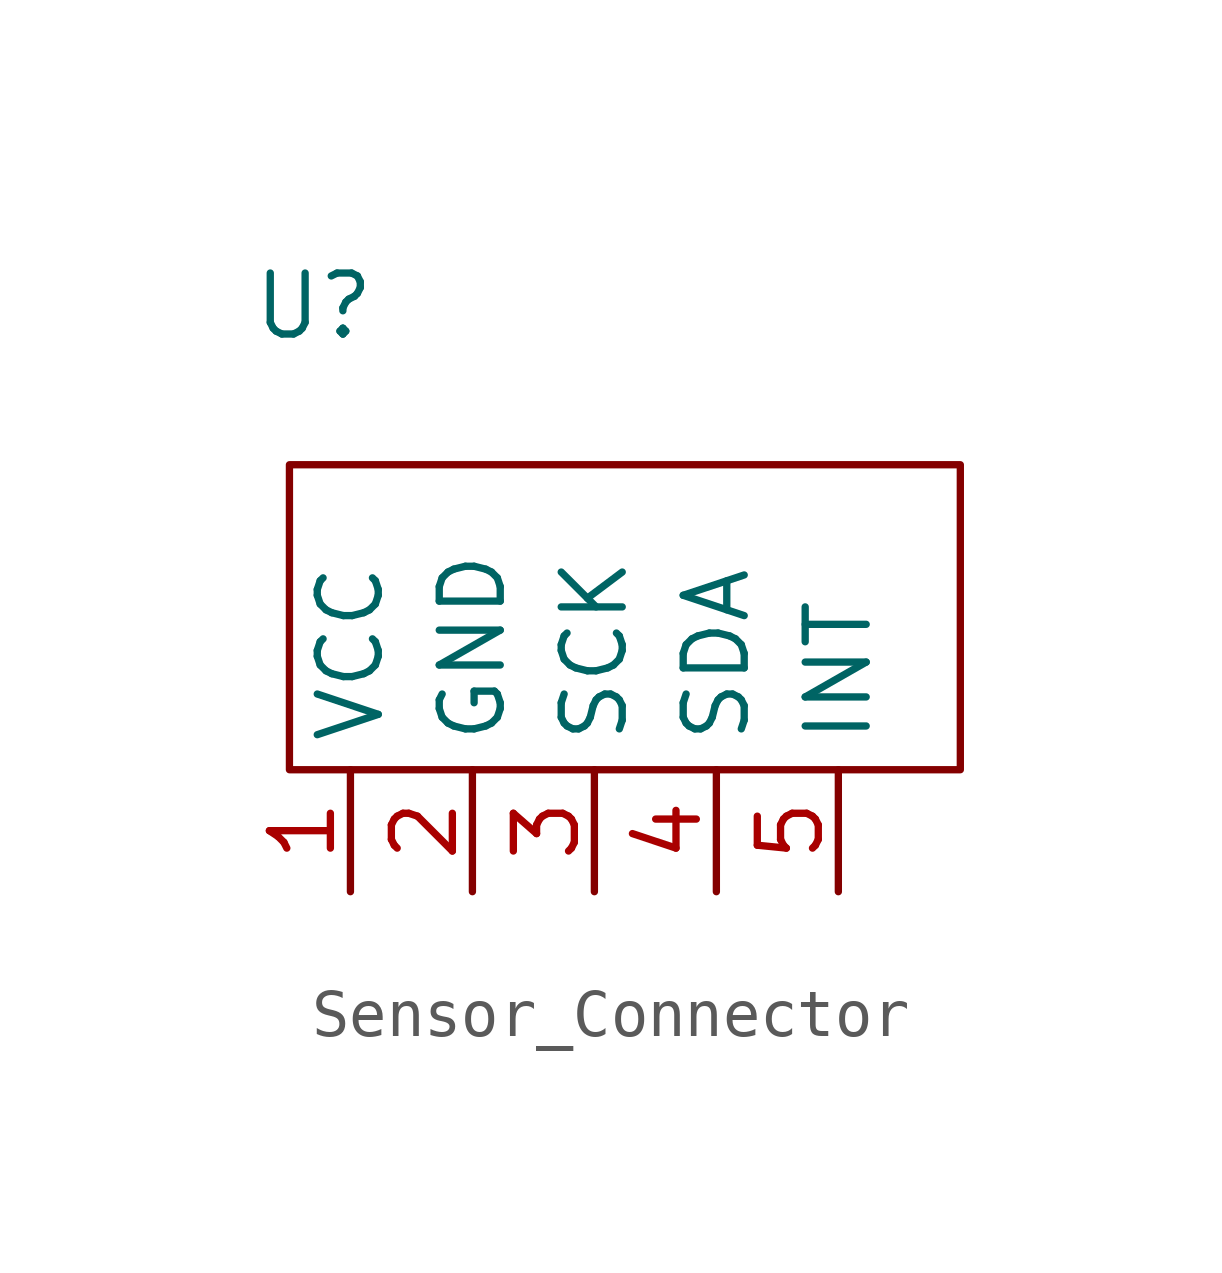
<source format=kicad_sym>
(kicad_symbol_lib
  (version 20231120)
  (generator "kicad_symbol_editor")
  (generator_version "8.0")
  (symbol "Sensor_Connector"
    (property "Reference" "U"
      (at 0.508 9.652 0)
      (effects (font (size 1.27 1.27))))
    (property "Value" ""
      (at 0 0 0)
      (effects (font (size 1.27 1.27))))
    (symbol "Sensor_Connector_0_1"
      (rectangle (start 0 6.35) (end 13.97 0) (stroke (width 0) (type default)) (fill (type none))))
    (symbol "Sensor_Connector_1_1"
      (pin input line (at 1.27 -2.54 90) (length 2.54) (name "VCC" (effects (font (size 1.27 1.27)))) (number "1" (effects (font (size 1.27 1.27)))))
      (pin input line (at 3.81 -2.54 90) (length 2.54) (name "GND" (effects (font (size 1.27 1.27)))) (number "2" (effects (font (size 1.27 1.27)))))
      (pin input line (at 6.35 -2.54 90) (length 2.54) (name "SCK" (effects (font (size 1.27 1.27)))) (number "3" (effects (font (size 1.27 1.27)))))
      (pin input line (at 8.89 -2.54 90) (length 2.54) (name "SDA" (effects (font (size 1.27 1.27)))) (number "4" (effects (font (size 1.27 1.27)))))
      (pin input line (at 11.43 -2.54 90) (length 2.54) (name "INT" (effects (font (size 1.27 1.27)))) (number "5" (effects (font (size 1.27 1.27))))))))
</source>
